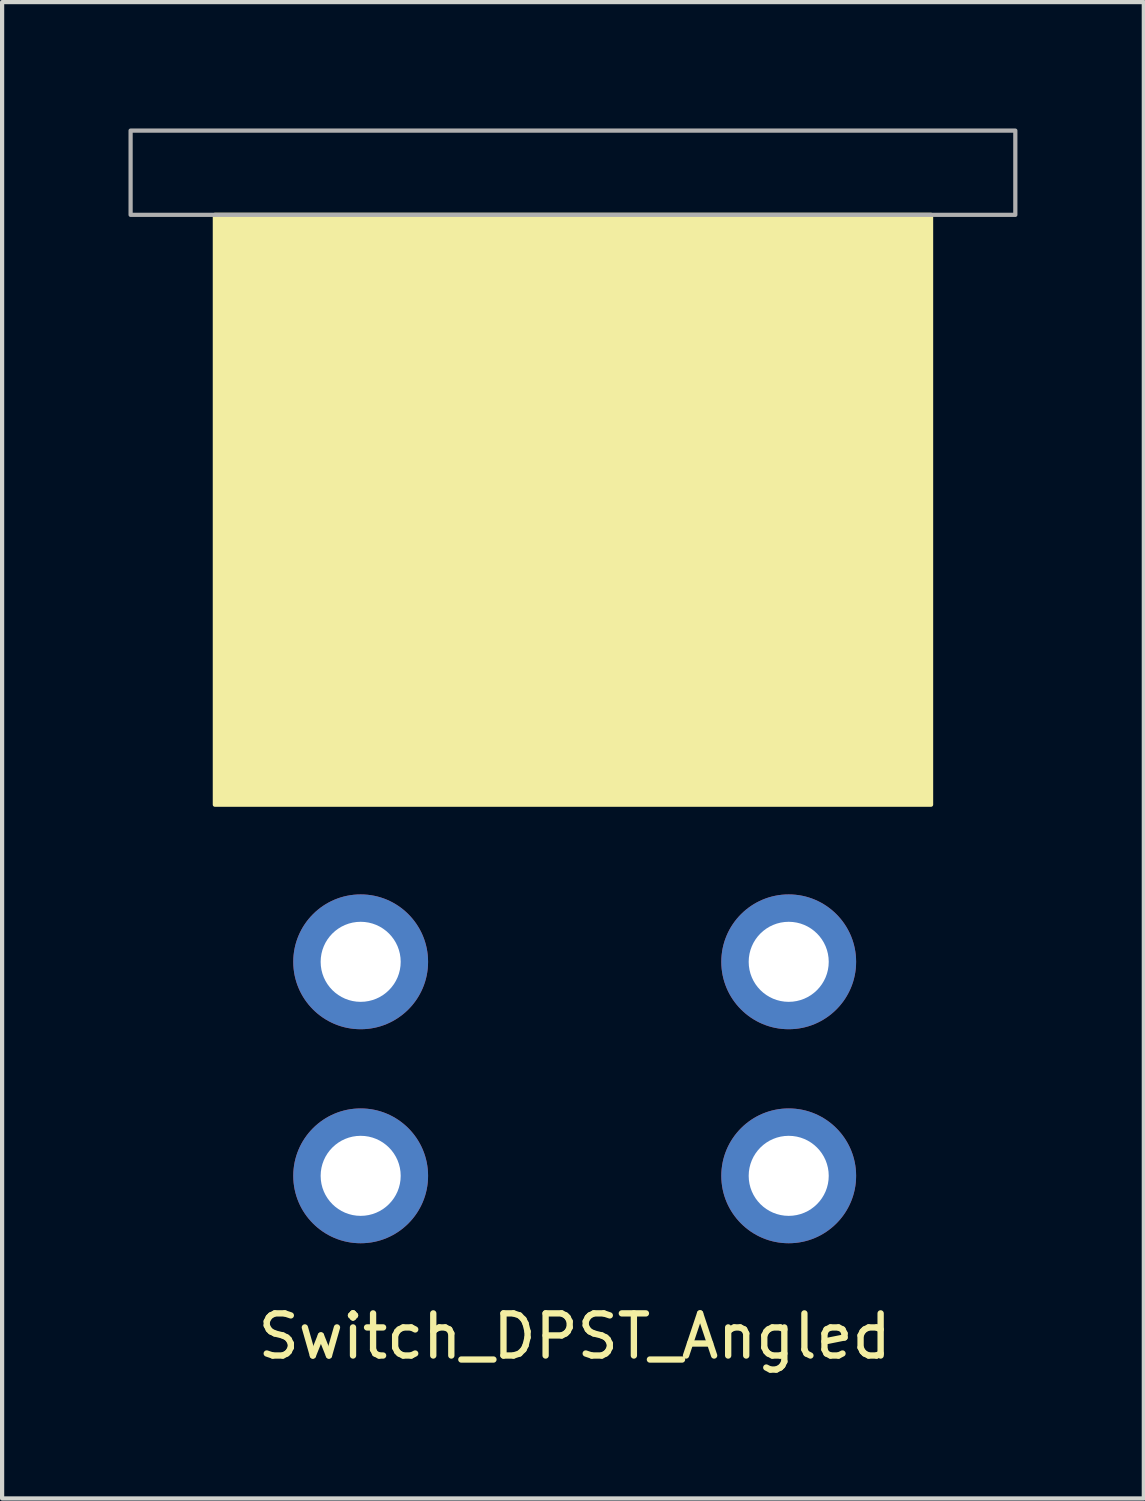
<source format=kicad_pcb>
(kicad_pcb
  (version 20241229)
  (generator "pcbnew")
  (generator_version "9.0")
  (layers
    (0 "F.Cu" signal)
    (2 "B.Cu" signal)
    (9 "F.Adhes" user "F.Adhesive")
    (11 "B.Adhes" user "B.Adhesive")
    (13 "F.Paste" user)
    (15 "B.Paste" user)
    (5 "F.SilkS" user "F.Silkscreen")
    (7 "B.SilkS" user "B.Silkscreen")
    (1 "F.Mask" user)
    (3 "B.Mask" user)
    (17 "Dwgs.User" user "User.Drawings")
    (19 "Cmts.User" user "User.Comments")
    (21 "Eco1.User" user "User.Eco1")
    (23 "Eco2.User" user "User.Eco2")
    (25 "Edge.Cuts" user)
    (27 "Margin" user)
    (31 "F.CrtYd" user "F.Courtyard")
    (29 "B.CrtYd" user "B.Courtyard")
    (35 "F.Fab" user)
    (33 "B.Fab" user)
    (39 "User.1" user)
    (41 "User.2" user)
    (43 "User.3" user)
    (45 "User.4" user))
  (footprint "Switch_DPST_Angled"
    (layer "F.Cu")
    (at 2.59 15.97)
    (property "Reference" "Switch_DPST_Angled" (at 8.001 12.7 0) (layer "F.SilkS") (effects (font (size 1 1) (thickness 0.15))))
    (attr through_hole)
    (fp_poly (pts (xy 16.46 0.08) (xy -0.54 0.08) (xy -0.54 -13.92) (xy 16.46 -13.92)) (stroke (width 0.1) (type solid)) (fill yes) (layer "F.SilkS"))
    (fp_poly (pts (xy 18.46 -13.92) (xy -2.54 -13.92) (xy -2.54 -15.92) (xy 18.46 -15.92)) (stroke (width 0.1) (type solid)) (fill no) (layer "F.Fab"))
    (pad "1" thru_hole circle (at 2.921 3.81) (size 3.2 3.2) (drill 1.9) (layers "*.Cu" "*.Mask"))
    (pad "2" thru_hole circle (at 13.081 3.81) (size 3.2 3.2) (drill 1.9) (layers "*.Cu" "*.Mask"))
    (pad "3" thru_hole circle (at 2.921 8.89) (size 3.2 3.2) (drill 1.9) (layers "*.Cu" "*.Mask"))
    (pad "4" thru_hole circle (at 13.081 8.89) (size 3.2 3.2) (drill 1.9) (layers "*.Cu" "*.Mask")))
  (gr_rect
    (start -3 -3)
    (end 24.1 32.518)
    (stroke (width 0.1) (type default))
    (fill no)
    (layer "Edge.Cuts")))
</source>
